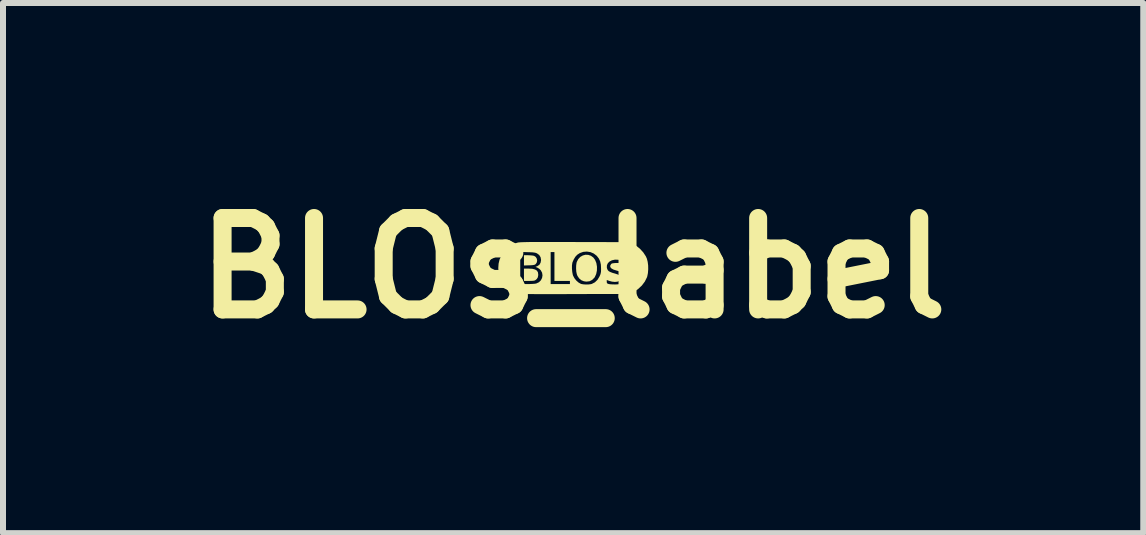
<source format=kicad_pcb>
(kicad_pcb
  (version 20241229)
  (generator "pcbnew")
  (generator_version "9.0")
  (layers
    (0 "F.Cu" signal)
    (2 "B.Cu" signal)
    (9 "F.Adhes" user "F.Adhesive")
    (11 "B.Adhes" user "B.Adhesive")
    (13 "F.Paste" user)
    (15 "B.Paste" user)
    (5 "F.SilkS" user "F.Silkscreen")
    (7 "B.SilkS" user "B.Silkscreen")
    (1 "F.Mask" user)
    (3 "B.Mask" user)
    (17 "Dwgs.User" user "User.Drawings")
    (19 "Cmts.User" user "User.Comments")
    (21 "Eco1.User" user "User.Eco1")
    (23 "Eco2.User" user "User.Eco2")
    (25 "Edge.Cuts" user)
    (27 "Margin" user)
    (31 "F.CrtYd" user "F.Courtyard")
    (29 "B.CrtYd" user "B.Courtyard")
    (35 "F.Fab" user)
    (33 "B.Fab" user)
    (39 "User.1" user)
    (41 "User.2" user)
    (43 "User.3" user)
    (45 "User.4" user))
  (footprint "BLOs_label"
    (layer "F.Cu")
    (at 6.502 1.418)
    (property "Reference" "BLOs_label" (at 0 0 0) (layer "F.SilkS") (effects (font (size 1.524 1.524) (thickness 0.3))))
    (attr board_only exclude_from_pos_files exclude_from_bom)
    (fp_poly (pts (xy -0.711 -0.212) (xy -0.677 -0.209) (xy -0.652 -0.204) (xy -0.651 -0.204) (xy -0.623 -0.186) (xy -0.605 -0.157) (xy -0.599 -0.124) (xy -0.606 -0.092) (xy -0.624 -0.066) (xy -0.637 -0.057) (xy -0.655 -0.052) (xy -0.683 -0.048) (xy -0.725 -0.046) (xy -0.731 -0.046) (xy -0.819 -0.043) (xy -0.819 -0.214) (xy -0.749 -0.214)) (stroke (width 0) (type solid)) (fill yes) (layer "F.SilkS"))
    (fp_poly (pts (xy -0.741 0.009) (xy -0.68 0.012) (xy -0.634 0.024) (xy -0.603 0.043) (xy -0.586 0.071) (xy -0.581 0.11) (xy -0.582 0.124) (xy -0.589 0.157) (xy -0.605 0.181) (xy -0.613 0.189) (xy -0.627 0.2) (xy -0.64 0.207) (xy -0.658 0.211) (xy -0.684 0.213) (xy -0.722 0.214) (xy -0.73 0.214) (xy -0.819 0.214) (xy -0.819 0.009)) (stroke (width 0) (type solid)) (fill yes) (layer "F.SilkS"))
    (fp_poly (pts (xy 0.253 -0.22) (xy 0.297 -0.205) (xy 0.337 -0.176) (xy 0.366 -0.137) (xy 0.388 -0.083) (xy 0.398 -0.022) (xy 0.397 0.04) (xy 0.385 0.099) (xy 0.362 0.15) (xy 0.356 0.159) (xy 0.318 0.197) (xy 0.274 0.22) (xy 0.221 0.226) (xy 0.18 0.22) (xy 0.138 0.203) (xy 0.101 0.172) (xy 0.073 0.131) (xy 0.062 0.102) (xy 0.053 0.059) (xy 0.05 0.009) (xy 0.051 -0.041) (xy 0.057 -0.085) (xy 0.061 -0.101) (xy 0.086 -0.15) (xy 0.12 -0.186) (xy 0.162 -0.21) (xy 0.207 -0.222)) (stroke (width 0) (type solid)) (fill yes) (layer "F.SilkS"))
    (fp_poly (pts (xy -0.313 -0.435) (xy -0.189 -0.435) (xy -0.048 -0.434) (xy 0.023 -0.434) (xy 0.93 -0.432) (xy 0.979 -0.412) (xy 1.049 -0.374) (xy 1.113 -0.323) (xy 1.169 -0.262) (xy 1.213 -0.195) (xy 1.23 -0.156) (xy 1.243 -0.105) (xy 1.251 -0.044) (xy 1.252 0.021) (xy 1.247 0.084) (xy 1.236 0.139) (xy 1.23 0.156) (xy 1.195 0.226) (xy 1.146 0.291) (xy 1.085 0.348) (xy 1.018 0.393) (xy 0.979 0.412) (xy 0.93 0.432) (xy 0.018 0.433) (xy -0.13 0.434) (xy -0.261 0.434) (xy -0.377 0.434) (xy -0.477 0.434) (xy -0.565 0.434) (xy -0.64 0.434) (xy -0.703 0.433) (xy -0.756 0.433) (xy -0.801 0.432) (xy -0.836 0.431) (xy -0.865 0.43) (xy -0.888 0.429) (xy -0.906 0.427) (xy -0.92 0.425) (xy -0.931 0.423) (xy -0.94 0.42) (xy -0.945 0.419) (xy -1.023 0.385) (xy -1.092 0.336) (xy -1.152 0.275) (xy -1.199 0.203) (xy -1.225 0.143) (xy -1.241 0.076) (xy -1.247 0.002) (xy -1.242 -0.073) (xy -1.226 -0.141) (xy -1.225 -0.143) (xy -1.188 -0.223) (xy -1.154 -0.269) (xy -0.881 -0.269) (xy -0.881 0.267) (xy -0.764 0.267) (xy -0.374 0.267) (xy -0.053 0.267) (xy -0.053 0.214) (xy -0.311 0.214) (xy -0.311 0.011) (xy -0.019 0.011) (xy -0.014 0.065) (xy -0.005 0.112) (xy 0.000106 0.127) (xy 0.022 0.169) (xy 0.054 0.209) (xy 0.092 0.242) (xy 0.13 0.263) (xy 0.135 0.265) (xy 0.169 0.271) (xy 0.213 0.274) (xy 0.258 0.273) (xy 0.297 0.268) (xy 0.312 0.264) (xy 0.364 0.237) (xy 0.374 0.227) (xy 0.561 0.227) (xy 0.563 0.247) (xy 0.572 0.258) (xy 0.594 0.266) (xy 0.619 0.27) (xy 0.654 0.272) (xy 0.695 0.273) (xy 0.705 0.273) (xy 0.746 0.271) (xy 0.774 0.268) (xy 0.794 0.261) (xy 0.807 0.253) (xy 0.828 0.233) (xy 0.846 0.206) (xy 0.849 0.2) (xy 0.859 0.176) (xy 0.861 0.158) (xy 0.855 0.134) (xy 0.854 0.13) (xy 0.837 0.099) (xy 0.811 0.075) (xy 0.772 0.055) (xy 0.719 0.04) (xy 0.67 0.024) (xy 0.636 0.004) (xy 0.619 -0.019) (xy 0.62 -0.044) (xy 0.637 -0.071) (xy 0.638 -0.071) (xy 0.653 -0.078) (xy 0.681 -0.082) (xy 0.716 -0.085) (xy 0.753 -0.085) (xy 0.788 -0.082) (xy 0.812 -0.077) (xy 0.829 -0.073) (xy 0.836 -0.08) (xy 0.837 -0.096) (xy 0.835 -0.111) (xy 0.83 -0.12) (xy 0.816 -0.127) (xy 0.792 -0.133) (xy 0.754 -0.138) (xy 0.751 -0.139) (xy 0.696 -0.14) (xy 0.648 -0.13) (xy 0.609 -0.11) (xy 0.58 -0.082) (xy 0.564 -0.048) (xy 0.562 -0.01) (xy 0.569 0.017) (xy 0.58 0.037) (xy 0.596 0.053) (xy 0.621 0.066) (xy 0.657 0.08) (xy 0.7 0.092) (xy 0.745 0.107) (xy 0.776 0.121) (xy 0.794 0.137) (xy 0.801 0.156) (xy 0.801 0.162) (xy 0.793 0.192) (xy 0.772 0.213) (xy 0.738 0.227) (xy 0.696 0.231) (xy 0.648 0.226) (xy 0.607 0.215) (xy 0.561 0.199) (xy 0.561 0.227) (xy 0.374 0.227) (xy 0.407 0.195) (xy 0.437 0.146) (xy 0.452 0.114) (xy 0.46 0.088) (xy 0.465 0.059) (xy 0.466 0.021) (xy 0.466 0.011) (xy 0.463 -0.057) (xy 0.451 -0.112) (xy 0.429 -0.159) (xy 0.396 -0.202) (xy 0.393 -0.205) (xy 0.345 -0.242) (xy 0.289 -0.266) (xy 0.229 -0.275) (xy 0.169 -0.27) (xy 0.112 -0.25) (xy 0.069 -0.222) (xy 0.038 -0.189) (xy 0.011 -0.145) (xy -0.009 -0.099) (xy -0.013 -0.085) (xy -0.019 -0.042) (xy -0.019 0.011) (xy -0.311 0.011) (xy -0.311 -0.267) (xy -0.374 -0.267) (xy -0.374 0.267) (xy -0.764 0.267) (xy -0.717 0.266) (xy -0.672 0.264) (xy -0.636 0.261) (xy -0.613 0.257) (xy -0.612 0.256) (xy -0.569 0.236) (xy -0.537 0.204) (xy -0.517 0.164) (xy -0.51 0.121) (xy -0.517 0.077) (xy -0.539 0.037) (xy -0.541 0.034) (xy -0.565 0.012) (xy -0.593 -0.006) (xy -0.596 -0.007) (xy -0.627 -0.02) (xy -0.596 -0.032) (xy -0.562 -0.055) (xy -0.542 -0.089) (xy -0.534 -0.133) (xy -0.534 -0.135) (xy -0.542 -0.181) (xy -0.565 -0.218) (xy -0.602 -0.245) (xy -0.621 -0.253) (xy -0.644 -0.258) (xy -0.676 -0.262) (xy -0.719 -0.264) (xy -0.759 -0.265) (xy -0.881 -0.269) (xy -1.154 -0.269) (xy -1.138 -0.292) (xy -1.075 -0.35) (xy -1.003 -0.395) (xy -0.934 -0.422) (xy -0.924 -0.424) (xy -0.912 -0.427) (xy -0.897 -0.428) (xy -0.877 -0.43) (xy -0.851 -0.431) (xy -0.818 -0.432) (xy -0.778 -0.433) (xy -0.729 -0.434) (xy -0.67 -0.434) (xy -0.6 -0.435) (xy -0.518 -0.435) (xy -0.423 -0.435)) (stroke (width 0) (type solid)) (fill yes) (layer "F.SilkS")))
  (gr_rect
    (start -3 -3)
    (end 16.005 5.836)
    (stroke (width 0.1) (type default))
    (fill no)
    (layer "Edge.Cuts")))
</source>
